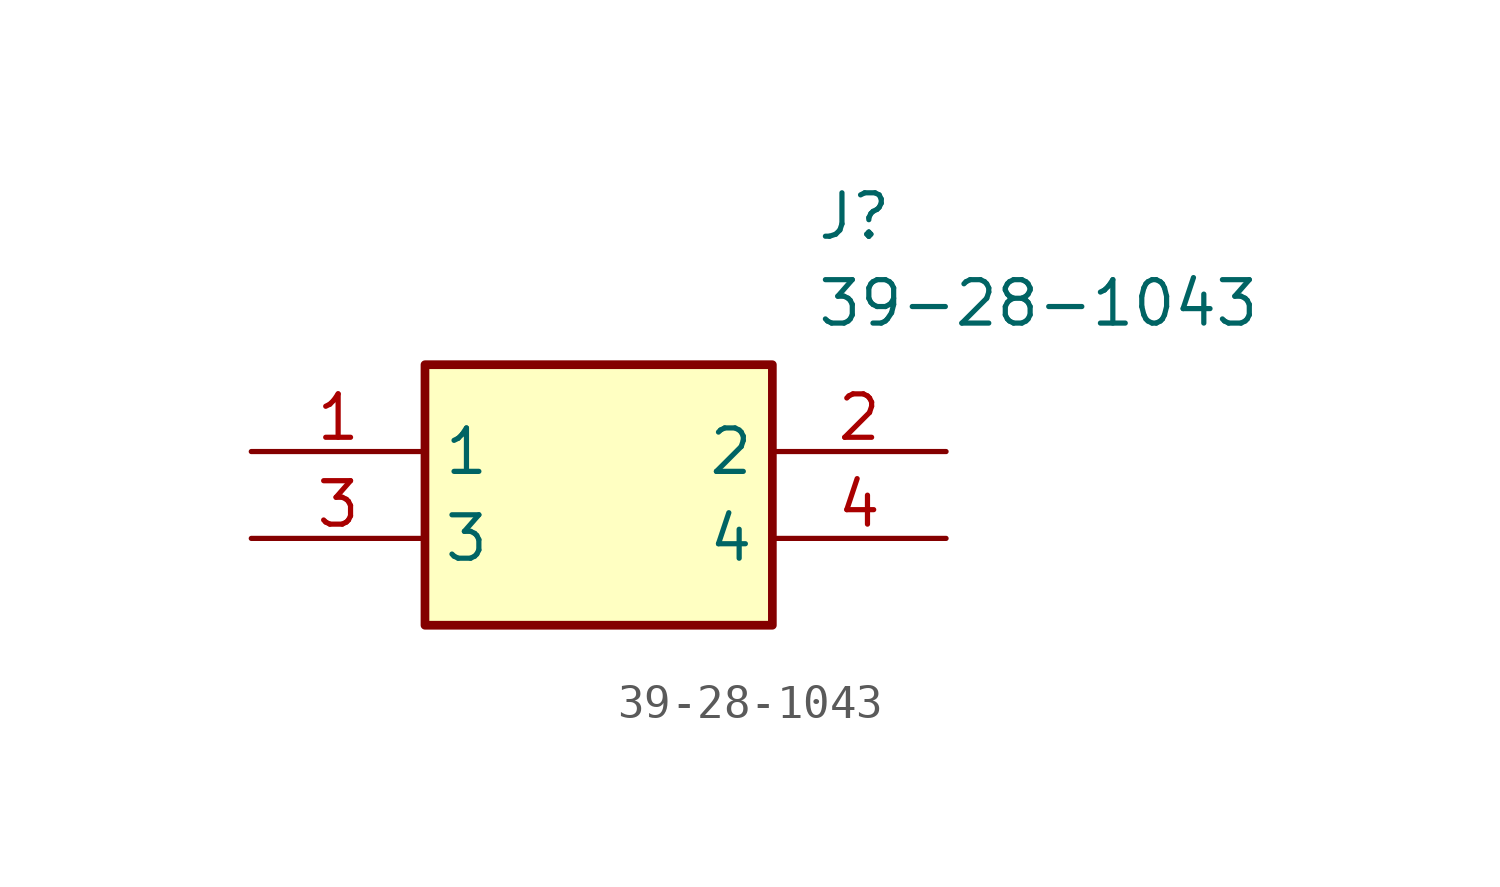
<source format=kicad_sym>
(kicad_symbol_lib
  (version 20211014)
  (generator SamacSys_ECAD_Model)
  (symbol "39-28-1043"
    (property "Reference" "J"
      (at 16.51 7.62 0)
      (effects (font (size 1.27 1.27)) (justify left top)))
    (property "Value" "39-28-1043"
      (at 16.51 5.08 0)
      (effects (font (size 1.27 1.27)) (justify left top)))
    (rectangle
      (start 5.08 2.54)
      (end 15.24 -5.08)
      (stroke (width 0.254) (type default))
      (fill (type background)))
    (pin passive line
      (at 0 0 0)
      (length 5.08)
      (name "1" (effects (font (size 1.27 1.27))))
      (number "1" (effects (font (size 1.27 1.27)))))
    (pin passive line
      (at 20.32 0 180)
      (length 5.08)
      (name "2" (effects (font (size 1.27 1.27))))
      (number "2" (effects (font (size 1.27 1.27)))))
    (pin passive line
      (at 0 -2.54 0)
      (length 5.08)
      (name "3" (effects (font (size 1.27 1.27))))
      (number "3" (effects (font (size 1.27 1.27)))))
    (pin passive line
      (at 20.32 -2.54 180)
      (length 5.08)
      (name "4" (effects (font (size 1.27 1.27))))
      (number "4" (effects (font (size 1.27 1.27)))))))
</source>
